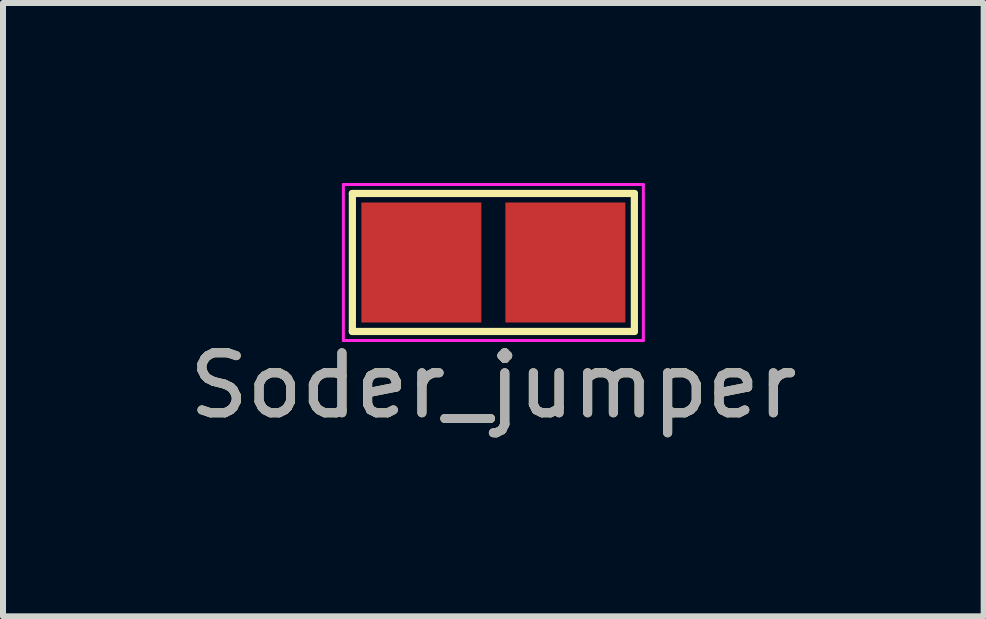
<source format=kicad_pcb>
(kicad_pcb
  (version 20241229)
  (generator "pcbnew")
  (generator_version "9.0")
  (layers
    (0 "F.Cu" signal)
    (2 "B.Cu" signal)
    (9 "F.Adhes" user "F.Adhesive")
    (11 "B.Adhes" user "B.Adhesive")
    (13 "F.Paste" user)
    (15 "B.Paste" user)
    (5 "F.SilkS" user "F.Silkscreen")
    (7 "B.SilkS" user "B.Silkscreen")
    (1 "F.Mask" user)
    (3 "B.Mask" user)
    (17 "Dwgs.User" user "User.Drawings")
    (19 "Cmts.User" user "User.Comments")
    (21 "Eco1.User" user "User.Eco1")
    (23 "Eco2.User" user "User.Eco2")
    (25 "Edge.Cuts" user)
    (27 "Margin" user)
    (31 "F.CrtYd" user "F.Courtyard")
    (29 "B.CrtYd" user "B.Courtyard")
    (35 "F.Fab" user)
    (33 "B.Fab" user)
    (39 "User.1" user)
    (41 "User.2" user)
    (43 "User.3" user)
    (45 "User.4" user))
  (footprint "Soder_jumper"
    (layer "F.Cu")
    (at 5.173 1.125)
    (property "Reference" "Soder_jumper" (at 0 2.25 0) (unlocked yes) (layer "F.SilkS") (effects (font (size 1 1) (thickness 0.15))))
    (attr through_hole)
    (fp_line (start -2.35 -0.95) (end 2.35 -0.95) (stroke (width 0.12) (type solid)) (layer "F.SilkS"))
    (fp_line (start -2.35 1.35) (end -2.35 -0.95) (stroke (width 0.12) (type solid)) (layer "F.SilkS"))
    (fp_line (start 2.35 -0.95) (end 2.35 1.35) (stroke (width 0.12) (type solid)) (layer "F.SilkS"))
    (fp_line (start 2.35 1.35) (end -2.35 1.35) (stroke (width 0.12) (type solid)) (layer "F.SilkS"))
    (fp_line (start -2.5 -1.1) (end -2.5 1.5) (stroke (width 0.05) (type solid)) (layer "F.CrtYd"))
    (fp_line (start -2.5 -1.1) (end 2.5 -1.1) (stroke (width 0.05) (type solid)) (layer "F.CrtYd"))
    (fp_line (start 2.5 1.5) (end -2.5 1.5) (stroke (width 0.05) (type solid)) (layer "F.CrtYd"))
    (fp_line (start 2.5 1.5) (end 2.5 -1.1) (stroke (width 0.05) (type solid)) (layer "F.CrtYd"))
    (fp_text user "${REFERENCE}" (at 0 2.25 0) (unlocked yes) (layer "F.Fab") (effects (font (size 1 1) (thickness 0.15))))
    (pad "1" smd rect (at -1.2 0.2) (size 2 2) (layers "F.Cu" "F.Mask"))
    (pad "2" smd rect (at 1.2 0.2) (size 2 2) (layers "F.Cu" "F.Mask")))
  (gr_rect
    (start -3 -3)
    (end 13.345 7.223)
    (stroke (width 0.1) (type default))
    (fill no)
    (layer "Edge.Cuts")))
</source>
